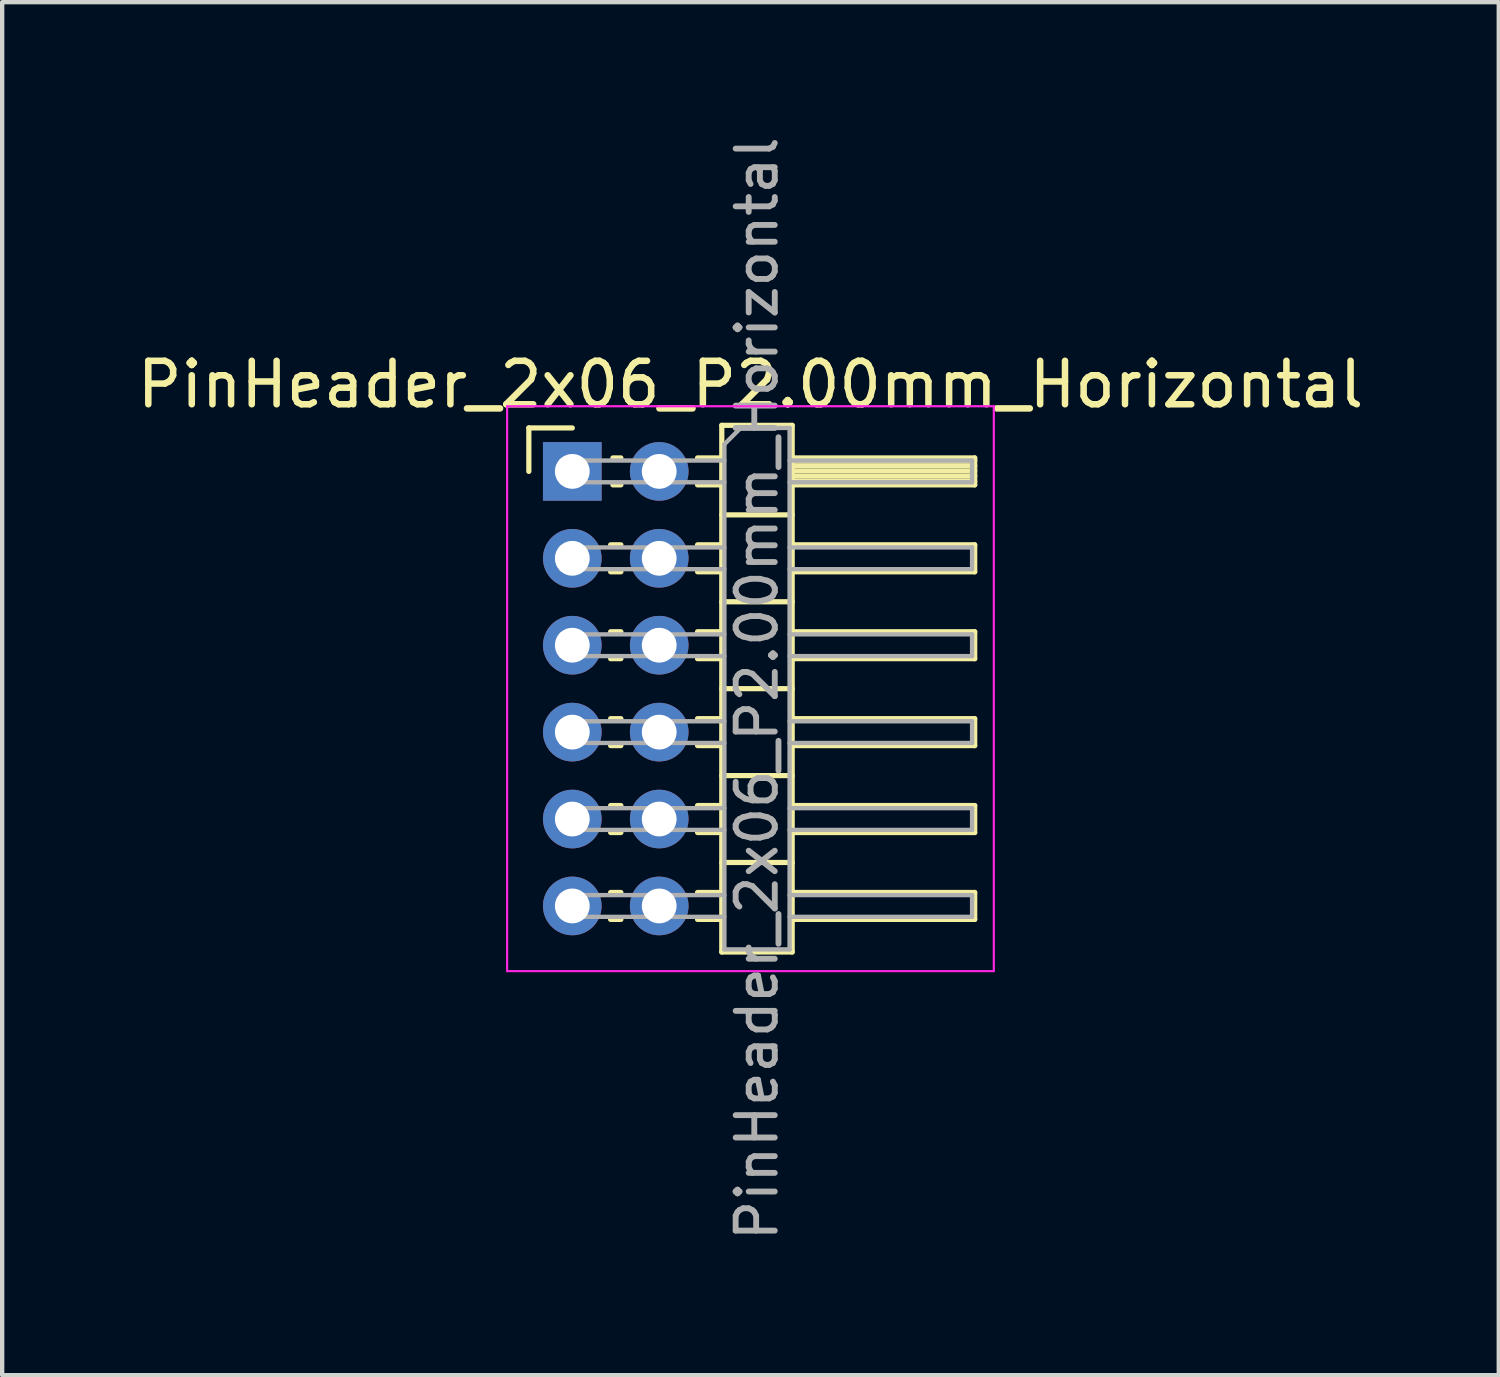
<source format=kicad_pcb>
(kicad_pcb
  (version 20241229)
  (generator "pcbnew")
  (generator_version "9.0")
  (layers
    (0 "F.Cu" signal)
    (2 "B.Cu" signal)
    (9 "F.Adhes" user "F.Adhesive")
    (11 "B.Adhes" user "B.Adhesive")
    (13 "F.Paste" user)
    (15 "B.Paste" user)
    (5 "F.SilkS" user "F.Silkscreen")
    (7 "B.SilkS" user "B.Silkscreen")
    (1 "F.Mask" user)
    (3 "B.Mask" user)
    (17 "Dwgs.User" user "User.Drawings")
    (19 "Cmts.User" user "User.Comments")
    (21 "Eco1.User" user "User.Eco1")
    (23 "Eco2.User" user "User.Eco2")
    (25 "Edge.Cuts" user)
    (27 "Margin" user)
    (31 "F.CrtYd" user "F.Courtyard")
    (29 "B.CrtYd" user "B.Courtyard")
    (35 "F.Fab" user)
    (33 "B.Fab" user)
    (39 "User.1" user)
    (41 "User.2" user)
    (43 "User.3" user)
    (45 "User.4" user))
  (footprint "PinHeader_2x06_P2.00mm_Horizontal"
    (layer "F.Cu")
    (at 10.12 7.798)
    (property "Reference" "PinHeader_2x06_P2.00mm_Horizontal" (at 4.1 -2 0) (layer "F.SilkS") (effects (font (size 1 1) (thickness 0.15))))
    (attr through_hole)
    (fp_line (start -1 -1) (end 0 -1) (stroke (width 0.12) (type solid)) (layer "F.SilkS"))
    (fp_line (start -1 0) (end -1 -1) (stroke (width 0.12) (type solid)) (layer "F.SilkS"))
    (fp_line (start 0.882 1.69) (end 1.118 1.69) (stroke (width 0.12) (type solid)) (layer "F.SilkS"))
    (fp_line (start 0.882 2.31) (end 1.118 2.31) (stroke (width 0.12) (type solid)) (layer "F.SilkS"))
    (fp_line (start 0.882 3.69) (end 1.118 3.69) (stroke (width 0.12) (type solid)) (layer "F.SilkS"))
    (fp_line (start 0.882 4.31) (end 1.118 4.31) (stroke (width 0.12) (type solid)) (layer "F.SilkS"))
    (fp_line (start 0.882 5.69) (end 1.118 5.69) (stroke (width 0.12) (type solid)) (layer "F.SilkS"))
    (fp_line (start 0.882 6.31) (end 1.118 6.31) (stroke (width 0.12) (type solid)) (layer "F.SilkS"))
    (fp_line (start 0.882 7.69) (end 1.118 7.69) (stroke (width 0.12) (type solid)) (layer "F.SilkS"))
    (fp_line (start 0.882 8.31) (end 1.118 8.31) (stroke (width 0.12) (type solid)) (layer "F.SilkS"))
    (fp_line (start 0.882 9.69) (end 1.118 9.69) (stroke (width 0.12) (type solid)) (layer "F.SilkS"))
    (fp_line (start 0.882 10.31) (end 1.118 10.31) (stroke (width 0.12) (type solid)) (layer "F.SilkS"))
    (fp_line (start 0.935 -0.31) (end 1.118 -0.31) (stroke (width 0.12) (type solid)) (layer "F.SilkS"))
    (fp_line (start 0.935 0.31) (end 1.118 0.31) (stroke (width 0.12) (type solid)) (layer "F.SilkS"))
    (fp_line (start 2.882 -0.31) (end 3.44 -0.31) (stroke (width 0.12) (type solid)) (layer "F.SilkS"))
    (fp_line (start 2.882 0.31) (end 3.44 0.31) (stroke (width 0.12) (type solid)) (layer "F.SilkS"))
    (fp_line (start 2.882 1.69) (end 3.44 1.69) (stroke (width 0.12) (type solid)) (layer "F.SilkS"))
    (fp_line (start 2.882 2.31) (end 3.44 2.31) (stroke (width 0.12) (type solid)) (layer "F.SilkS"))
    (fp_line (start 2.882 3.69) (end 3.44 3.69) (stroke (width 0.12) (type solid)) (layer "F.SilkS"))
    (fp_line (start 2.882 4.31) (end 3.44 4.31) (stroke (width 0.12) (type solid)) (layer "F.SilkS"))
    (fp_line (start 2.882 5.69) (end 3.44 5.69) (stroke (width 0.12) (type solid)) (layer "F.SilkS"))
    (fp_line (start 2.882 6.31) (end 3.44 6.31) (stroke (width 0.12) (type solid)) (layer "F.SilkS"))
    (fp_line (start 2.882 7.69) (end 3.44 7.69) (stroke (width 0.12) (type solid)) (layer "F.SilkS"))
    (fp_line (start 2.882 8.31) (end 3.44 8.31) (stroke (width 0.12) (type solid)) (layer "F.SilkS"))
    (fp_line (start 2.882 9.69) (end 3.44 9.69) (stroke (width 0.12) (type solid)) (layer "F.SilkS"))
    (fp_line (start 2.882 10.31) (end 3.44 10.31) (stroke (width 0.12) (type solid)) (layer "F.SilkS"))
    (fp_line (start 3.44 -1.06) (end 3.44 11.06) (stroke (width 0.12) (type solid)) (layer "F.SilkS"))
    (fp_line (start 3.44 1) (end 5.06 1) (stroke (width 0.12) (type solid)) (layer "F.SilkS"))
    (fp_line (start 3.44 3) (end 5.06 3) (stroke (width 0.12) (type solid)) (layer "F.SilkS"))
    (fp_line (start 3.44 5) (end 5.06 5) (stroke (width 0.12) (type solid)) (layer "F.SilkS"))
    (fp_line (start 3.44 7) (end 5.06 7) (stroke (width 0.12) (type solid)) (layer "F.SilkS"))
    (fp_line (start 3.44 9) (end 5.06 9) (stroke (width 0.12) (type solid)) (layer "F.SilkS"))
    (fp_line (start 3.44 11.06) (end 5.06 11.06) (stroke (width 0.12) (type solid)) (layer "F.SilkS"))
    (fp_line (start 5.06 -1.06) (end 3.44 -1.06) (stroke (width 0.12) (type solid)) (layer "F.SilkS"))
    (fp_line (start 5.06 -0.31) (end 9.26 -0.31) (stroke (width 0.12) (type solid)) (layer "F.SilkS"))
    (fp_line (start 5.06 -0.25) (end 9.26 -0.25) (stroke (width 0.12) (type solid)) (layer "F.SilkS"))
    (fp_line (start 5.06 -0.13) (end 9.26 -0.13) (stroke (width 0.12) (type solid)) (layer "F.SilkS"))
    (fp_line (start 5.06 -0.01) (end 9.26 -0.01) (stroke (width 0.12) (type solid)) (layer "F.SilkS"))
    (fp_line (start 5.06 0.11) (end 9.26 0.11) (stroke (width 0.12) (type solid)) (layer "F.SilkS"))
    (fp_line (start 5.06 0.23) (end 9.26 0.23) (stroke (width 0.12) (type solid)) (layer "F.SilkS"))
    (fp_line (start 5.06 1.69) (end 9.26 1.69) (stroke (width 0.12) (type solid)) (layer "F.SilkS"))
    (fp_line (start 5.06 3.69) (end 9.26 3.69) (stroke (width 0.12) (type solid)) (layer "F.SilkS"))
    (fp_line (start 5.06 5.69) (end 9.26 5.69) (stroke (width 0.12) (type solid)) (layer "F.SilkS"))
    (fp_line (start 5.06 7.69) (end 9.26 7.69) (stroke (width 0.12) (type solid)) (layer "F.SilkS"))
    (fp_line (start 5.06 9.69) (end 9.26 9.69) (stroke (width 0.12) (type solid)) (layer "F.SilkS"))
    (fp_line (start 5.06 11.06) (end 5.06 -1.06) (stroke (width 0.12) (type solid)) (layer "F.SilkS"))
    (fp_line (start 9.26 -0.31) (end 9.26 0.31) (stroke (width 0.12) (type solid)) (layer "F.SilkS"))
    (fp_line (start 9.26 0.31) (end 5.06 0.31) (stroke (width 0.12) (type solid)) (layer "F.SilkS"))
    (fp_line (start 9.26 1.69) (end 9.26 2.31) (stroke (width 0.12) (type solid)) (layer "F.SilkS"))
    (fp_line (start 9.26 2.31) (end 5.06 2.31) (stroke (width 0.12) (type solid)) (layer "F.SilkS"))
    (fp_line (start 9.26 3.69) (end 9.26 4.31) (stroke (width 0.12) (type solid)) (layer "F.SilkS"))
    (fp_line (start 9.26 4.31) (end 5.06 4.31) (stroke (width 0.12) (type solid)) (layer "F.SilkS"))
    (fp_line (start 9.26 5.69) (end 9.26 6.31) (stroke (width 0.12) (type solid)) (layer "F.SilkS"))
    (fp_line (start 9.26 6.31) (end 5.06 6.31) (stroke (width 0.12) (type solid)) (layer "F.SilkS"))
    (fp_line (start 9.26 7.69) (end 9.26 8.31) (stroke (width 0.12) (type solid)) (layer "F.SilkS"))
    (fp_line (start 9.26 8.31) (end 5.06 8.31) (stroke (width 0.12) (type solid)) (layer "F.SilkS"))
    (fp_line (start 9.26 9.69) (end 9.26 10.31) (stroke (width 0.12) (type solid)) (layer "F.SilkS"))
    (fp_line (start 9.26 10.31) (end 5.06 10.31) (stroke (width 0.12) (type solid)) (layer "F.SilkS"))
    (fp_line (start -1.5 -1.5) (end -1.5 11.5) (stroke (width 0.05) (type solid)) (layer "F.CrtYd"))
    (fp_line (start -1.5 11.5) (end 9.7 11.5) (stroke (width 0.05) (type solid)) (layer "F.CrtYd"))
    (fp_line (start 9.7 -1.5) (end -1.5 -1.5) (stroke (width 0.05) (type solid)) (layer "F.CrtYd"))
    (fp_line (start 9.7 11.5) (end 9.7 -1.5) (stroke (width 0.05) (type solid)) (layer "F.CrtYd"))
    (fp_line (start -0.25 -0.25) (end -0.25 0.25) (stroke (width 0.1) (type solid)) (layer "F.Fab"))
    (fp_line (start -0.25 -0.25) (end 3.5 -0.25) (stroke (width 0.1) (type solid)) (layer "F.Fab"))
    (fp_line (start -0.25 0.25) (end 3.5 0.25) (stroke (width 0.1) (type solid)) (layer "F.Fab"))
    (fp_line (start -0.25 1.75) (end -0.25 2.25) (stroke (width 0.1) (type solid)) (layer "F.Fab"))
    (fp_line (start -0.25 1.75) (end 3.5 1.75) (stroke (width 0.1) (type solid)) (layer "F.Fab"))
    (fp_line (start -0.25 2.25) (end 3.5 2.25) (stroke (width 0.1) (type solid)) (layer "F.Fab"))
    (fp_line (start -0.25 3.75) (end -0.25 4.25) (stroke (width 0.1) (type solid)) (layer "F.Fab"))
    (fp_line (start -0.25 3.75) (end 3.5 3.75) (stroke (width 0.1) (type solid)) (layer "F.Fab"))
    (fp_line (start -0.25 4.25) (end 3.5 4.25) (stroke (width 0.1) (type solid)) (layer "F.Fab"))
    (fp_line (start -0.25 5.75) (end -0.25 6.25) (stroke (width 0.1) (type solid)) (layer "F.Fab"))
    (fp_line (start -0.25 5.75) (end 3.5 5.75) (stroke (width 0.1) (type solid)) (layer "F.Fab"))
    (fp_line (start -0.25 6.25) (end 3.5 6.25) (stroke (width 0.1) (type solid)) (layer "F.Fab"))
    (fp_line (start -0.25 7.75) (end -0.25 8.25) (stroke (width 0.1) (type solid)) (layer "F.Fab"))
    (fp_line (start -0.25 7.75) (end 3.5 7.75) (stroke (width 0.1) (type solid)) (layer "F.Fab"))
    (fp_line (start -0.25 8.25) (end 3.5 8.25) (stroke (width 0.1) (type solid)) (layer "F.Fab"))
    (fp_line (start -0.25 9.75) (end -0.25 10.25) (stroke (width 0.1) (type solid)) (layer "F.Fab"))
    (fp_line (start -0.25 9.75) (end 3.5 9.75) (stroke (width 0.1) (type solid)) (layer "F.Fab"))
    (fp_line (start -0.25 10.25) (end 3.5 10.25) (stroke (width 0.1) (type solid)) (layer "F.Fab"))
    (fp_line (start 3.5 -0.625) (end 3.875 -1) (stroke (width 0.1) (type solid)) (layer "F.Fab"))
    (fp_line (start 3.5 11) (end 3.5 -0.625) (stroke (width 0.1) (type solid)) (layer "F.Fab"))
    (fp_line (start 3.875 -1) (end 5 -1) (stroke (width 0.1) (type solid)) (layer "F.Fab"))
    (fp_line (start 5 -1) (end 5 11) (stroke (width 0.1) (type solid)) (layer "F.Fab"))
    (fp_line (start 5 -0.25) (end 9.2 -0.25) (stroke (width 0.1) (type solid)) (layer "F.Fab"))
    (fp_line (start 5 0.25) (end 9.2 0.25) (stroke (width 0.1) (type solid)) (layer "F.Fab"))
    (fp_line (start 5 1.75) (end 9.2 1.75) (stroke (width 0.1) (type solid)) (layer "F.Fab"))
    (fp_line (start 5 2.25) (end 9.2 2.25) (stroke (width 0.1) (type solid)) (layer "F.Fab"))
    (fp_line (start 5 3.75) (end 9.2 3.75) (stroke (width 0.1) (type solid)) (layer "F.Fab"))
    (fp_line (start 5 4.25) (end 9.2 4.25) (stroke (width 0.1) (type solid)) (layer "F.Fab"))
    (fp_line (start 5 5.75) (end 9.2 5.75) (stroke (width 0.1) (type solid)) (layer "F.Fab"))
    (fp_line (start 5 6.25) (end 9.2 6.25) (stroke (width 0.1) (type solid)) (layer "F.Fab"))
    (fp_line (start 5 7.75) (end 9.2 7.75) (stroke (width 0.1) (type solid)) (layer "F.Fab"))
    (fp_line (start 5 8.25) (end 9.2 8.25) (stroke (width 0.1) (type solid)) (layer "F.Fab"))
    (fp_line (start 5 9.75) (end 9.2 9.75) (stroke (width 0.1) (type solid)) (layer "F.Fab"))
    (fp_line (start 5 10.25) (end 9.2 10.25) (stroke (width 0.1) (type solid)) (layer "F.Fab"))
    (fp_line (start 5 11) (end 3.5 11) (stroke (width 0.1) (type solid)) (layer "F.Fab"))
    (fp_line (start 9.2 -0.25) (end 9.2 0.25) (stroke (width 0.1) (type solid)) (layer "F.Fab"))
    (fp_line (start 9.2 1.75) (end 9.2 2.25) (stroke (width 0.1) (type solid)) (layer "F.Fab"))
    (fp_line (start 9.2 3.75) (end 9.2 4.25) (stroke (width 0.1) (type solid)) (layer "F.Fab"))
    (fp_line (start 9.2 5.75) (end 9.2 6.25) (stroke (width 0.1) (type solid)) (layer "F.Fab"))
    (fp_line (start 9.2 7.75) (end 9.2 8.25) (stroke (width 0.1) (type solid)) (layer "F.Fab"))
    (fp_line (start 9.2 9.75) (end 9.2 10.25) (stroke (width 0.1) (type solid)) (layer "F.Fab"))
    (fp_text user "${REFERENCE}" (at 4.25 5 90) (layer "F.Fab") (effects (font (size 0.9 0.9) (thickness 0.135))))
    (pad "1" thru_hole rect (at 0 0) (size 1.35 1.35) (drill 0.8) (layers "*.Cu" "*.Mask"))
    (pad "2" thru_hole oval (at 2 0) (size 1.35 1.35) (drill 0.8) (layers "*.Cu" "*.Mask"))
    (pad "3" thru_hole oval (at 0 2) (size 1.35 1.35) (drill 0.8) (layers "*.Cu" "*.Mask"))
    (pad "4" thru_hole oval (at 2 2) (size 1.35 1.35) (drill 0.8) (layers "*.Cu" "*.Mask"))
    (pad "5" thru_hole oval (at 0 4) (size 1.35 1.35) (drill 0.8) (layers "*.Cu" "*.Mask"))
    (pad "6" thru_hole oval (at 2 4) (size 1.35 1.35) (drill 0.8) (layers "*.Cu" "*.Mask"))
    (pad "7" thru_hole oval (at 0 6) (size 1.35 1.35) (drill 0.8) (layers "*.Cu" "*.Mask"))
    (pad "8" thru_hole oval (at 2 6) (size 1.35 1.35) (drill 0.8) (layers "*.Cu" "*.Mask"))
    (pad "9" thru_hole oval (at 0 8) (size 1.35 1.35) (drill 0.8) (layers "*.Cu" "*.Mask"))
    (pad "10" thru_hole oval (at 2 8) (size 1.35 1.35) (drill 0.8) (layers "*.Cu" "*.Mask"))
    (pad "11" thru_hole oval (at 0 10) (size 1.35 1.35) (drill 0.8) (layers "*.Cu" "*.Mask"))
    (pad "12" thru_hole oval (at 2 10) (size 1.35 1.35) (drill 0.8) (layers "*.Cu" "*.Mask")))
  (gr_rect
    (start -3 -3)
    (end 31.44 28.596)
    (stroke (width 0.1) (type default))
    (fill no)
    (layer "Edge.Cuts")))
</source>
